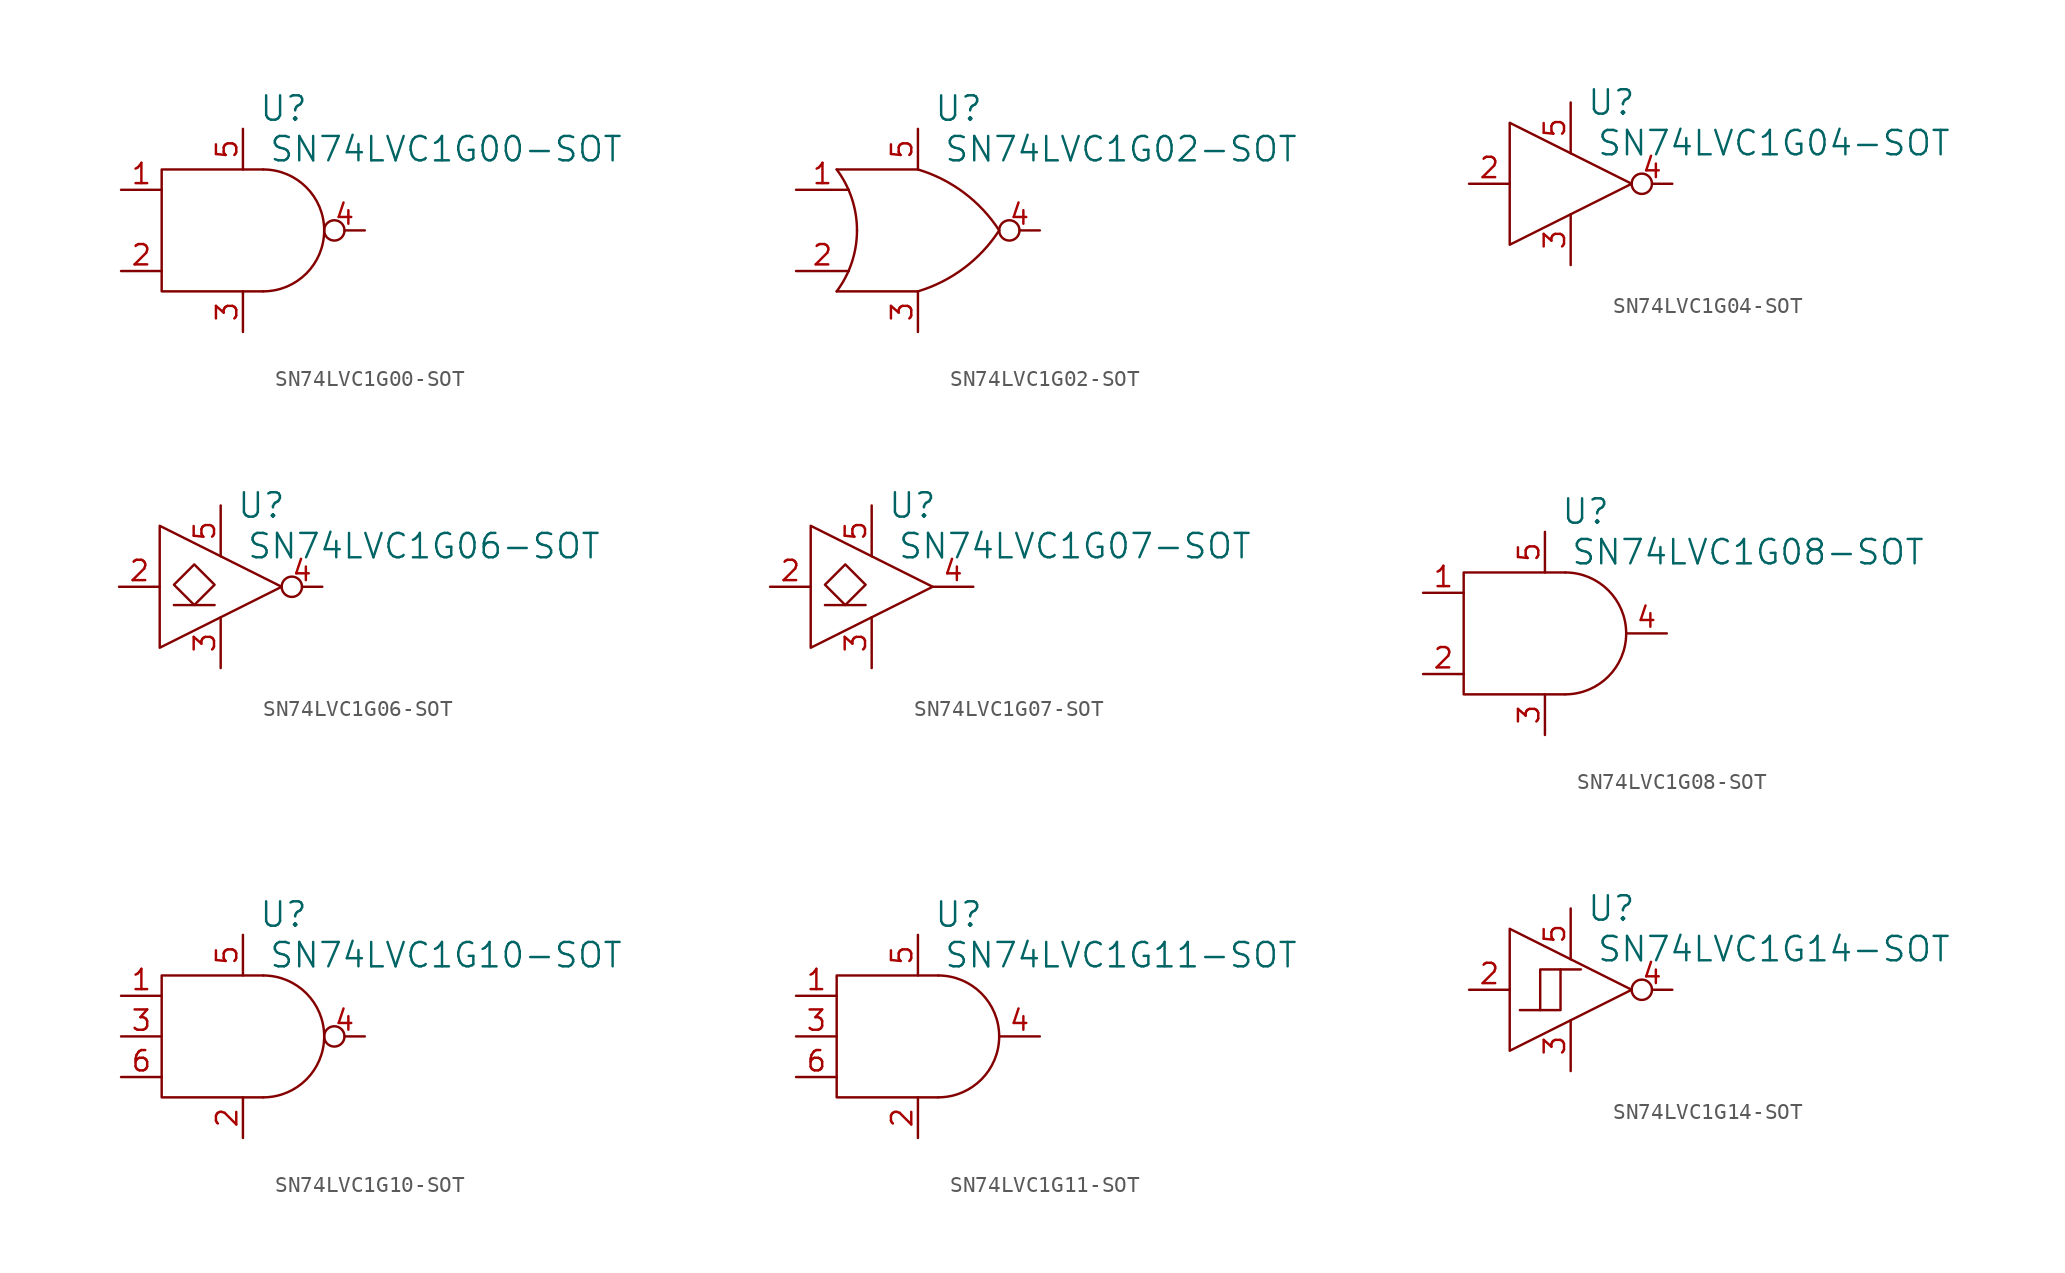
<source format=kicad_sym>
(kicad_symbol_lib
  (version 20220914)
  (generator kicad_symbol_editor)
  (symbol "SN74LVC1G00-SOT"
    (pin_names
      (offset 1.016) hide)
    (property "Reference" "U"
      (at 2.54 7.62 0)
      (effects (font (size 1.524 1.524))))
    (property "Value" "SN74LVC1G00-SOT"
      (at 12.7 5.08 0)
      (effects (font (size 1.524 1.524))))
    (property "Footprint" ""
      (at 0 0 0)
      (effects (font (size 1.524 1.524))))
    (property "Datasheet" ""
      (at 0 0 0)
      (effects (font (size 1.524 1.524))))
    (symbol "SN74LVC1G00-SOT_0_1"
      (polyline (pts (xy 1.27 3.81) (xy -5.08 3.81) (xy -5.08 -3.81) (xy 1.27 -3.81) (xy 1.27 -3.81)) (stroke (width 0) (type solid)) (fill (type none)))
      (arc (start 1.27 -3.81) (mid 5.0634 0) (end 1.27 3.81) (stroke (width 0) (type solid)) (fill (type none))))
    (symbol "SN74LVC1G00-SOT_1_1"
      (pin passive line (at -7.62 2.54 0) (length 2.54) (name "A" (effects (font (size 1.27 1.27)))) (number "1" (effects (font (size 1.27 1.27)))))
      (pin passive line (at -7.62 -2.54 0) (length 2.54) (name "B" (effects (font (size 1.27 1.27)))) (number "2" (effects (font (size 1.27 1.27)))))
      (pin passive line (at 0 -6.35 90) (length 2.54) (name "VSS" (effects (font (size 1.27 1.27)))) (number "3" (effects (font (size 1.27 1.27)))))
      (pin passive inverted (at 7.62 0 180) (length 2.54) (name "Y" (effects (font (size 1.27 1.27)))) (number "4" (effects (font (size 1.27 1.27)))))
      (pin passive line (at 0 6.35 270) (length 2.54) (name "VDD" (effects (font (size 1.27 1.27)))) (number "5" (effects (font (size 1.27 1.27)))))))
  (symbol "SN74LVC1G02-SOT"
    (pin_names
      (offset 1.016) hide)
    (property "Reference" "U"
      (at 2.54 7.62 0)
      (effects (font (size 1.524 1.524))))
    (property "Value" "SN74LVC1G02-SOT"
      (at 12.7 5.08 0)
      (effects (font (size 1.524 1.524))))
    (property "Footprint" ""
      (at 0 0 0)
      (effects (font (size 1.524 1.524))))
    (property "Datasheet" ""
      (at 0 0 0)
      (effects (font (size 1.524 1.524))))
    (symbol "SN74LVC1G02-SOT_0_1"
      (arc (start -5.08 -3.81) (mid -4.1359 -2.008) (end -3.81 0) (stroke (width 0) (type solid)) (fill (type none)))
      (arc (start -3.81 0) (mid -4.1359 2.008) (end -5.08 3.81) (stroke (width 0) (type solid)) (fill (type none)))
      (arc (start 0 -3.81) (mid 2.8791 -2.3571) (end 5.08 0) (stroke (width 0) (type solid)) (fill (type none)))
      (polyline (pts (xy -5.08 -3.81) (xy 0 -3.81) (xy 0 -3.81)) (stroke (width 0) (type solid)) (fill (type none)))
      (polyline (pts (xy 0 3.81) (xy -5.08 3.81) (xy -5.08 3.81)) (stroke (width 0) (type solid)) (fill (type none)))
      (arc (start 5.08 0) (mid 2.8791 2.3571) (end 0 3.81) (stroke (width 0) (type solid)) (fill (type none))))
    (symbol "SN74LVC1G02-SOT_1_1"
      (pin passive line (at -7.62 2.54 0) (length 3.302) (name "A" (effects (font (size 1.27 1.27)))) (number "1" (effects (font (size 1.27 1.27)))))
      (pin passive line (at -7.62 -2.54 0) (length 3.302) (name "B" (effects (font (size 1.27 1.27)))) (number "2" (effects (font (size 1.27 1.27)))))
      (pin passive line (at 0 -6.35 90) (length 2.54) (name "VSS" (effects (font (size 1.27 1.27)))) (number "3" (effects (font (size 1.27 1.27)))))
      (pin passive inverted (at 7.62 0 180) (length 2.54) (name "Y" (effects (font (size 1.27 1.27)))) (number "4" (effects (font (size 1.27 1.27)))))
      (pin passive line (at 0 6.35 270) (length 2.54) (name "VDD" (effects (font (size 1.27 1.27)))) (number "5" (effects (font (size 1.27 1.27)))))))
  (symbol "SN74LVC1G04-SOT"
    (pin_names
      (offset 1.016) hide)
    (property "Reference" "U"
      (at 2.54 5.08 0)
      (effects (font (size 1.524 1.524))))
    (property "Value" "SN74LVC1G04-SOT"
      (at 12.7 2.54 0)
      (effects (font (size 1.524 1.524))))
    (property "Footprint" ""
      (at 0 0 0)
      (effects (font (size 1.524 1.524))))
    (property "Datasheet" ""
      (at 0 0 0)
      (effects (font (size 1.524 1.524))))
    (symbol "SN74LVC1G04-SOT_0_1"
      (polyline (pts (xy -3.81 3.81) (xy -3.81 -3.81) (xy 3.81 0) (xy -3.81 3.81) (xy -3.81 3.81)) (stroke (width 0) (type solid)) (fill (type none))))
    (symbol "SN74LVC1G04-SOT_1_1"
      (pin passive line (at -6.35 0 0) (length 2.54) (name "A" (effects (font (size 1.27 1.27)))) (number "2" (effects (font (size 1.27 1.27)))))
      (pin passive line (at 0 -5.08 90) (length 3.175) (name "VSS" (effects (font (size 1.27 1.27)))) (number "3" (effects (font (size 1.27 1.27)))))
      (pin passive inverted (at 6.35 0 180) (length 2.54) (name "Y" (effects (font (size 1.27 1.27)))) (number "4" (effects (font (size 1.27 1.27)))))
      (pin passive line (at 0 5.08 270) (length 3.175) (name "VDD" (effects (font (size 1.27 1.27)))) (number "5" (effects (font (size 1.27 1.27)))))))
  (symbol "SN74LVC1G06-SOT"
    (pin_names
      (offset 1.016) hide)
    (property "Reference" "U"
      (at 2.54 5.08 0)
      (effects (font (size 1.524 1.524))))
    (property "Value" "SN74LVC1G06-SOT"
      (at 12.7 2.54 0)
      (effects (font (size 1.524 1.524))))
    (property "Footprint" ""
      (at 0 0 0)
      (effects (font (size 1.524 1.524))))
    (property "Datasheet" ""
      (at 0 0 0)
      (effects (font (size 1.524 1.524))))
    (symbol "SN74LVC1G06-SOT_0_1"
      (polyline (pts (xy -2.921 -1.143) (xy -0.381 -1.143)) (stroke (width 0) (type solid)) (fill (type none)))
      (polyline (pts (xy -3.81 3.81) (xy -3.81 -3.81) (xy 3.81 0) (xy -3.81 3.81) (xy -3.81 3.81)) (stroke (width 0) (type solid)) (fill (type none)))
      (polyline (pts (xy -2.921 0.127) (xy -1.651 1.397) (xy -0.381 0.127) (xy -1.651 -1.143) (xy -2.921 0.127)) (stroke (width 0) (type solid)) (fill (type none))))
    (symbol "SN74LVC1G06-SOT_1_1"
      (pin passive line (at -6.35 0 0) (length 2.54) (name "A" (effects (font (size 1.27 1.27)))) (number "2" (effects (font (size 1.27 1.27)))))
      (pin passive line (at 0 -5.08 90) (length 3.175) (name "VSS" (effects (font (size 1.27 1.27)))) (number "3" (effects (font (size 1.27 1.27)))))
      (pin passive inverted (at 6.35 0 180) (length 2.54) (name "Y" (effects (font (size 1.27 1.27)))) (number "4" (effects (font (size 1.27 1.27)))))
      (pin passive line (at 0 5.08 270) (length 3.175) (name "VDD" (effects (font (size 1.27 1.27)))) (number "5" (effects (font (size 1.27 1.27)))))))
  (symbol "SN74LVC1G07-SOT"
    (pin_names
      (offset 1.016) hide)
    (property "Reference" "U"
      (at 2.54 5.08 0)
      (effects (font (size 1.524 1.524))))
    (property "Value" "SN74LVC1G07-SOT"
      (at 12.7 2.54 0)
      (effects (font (size 1.524 1.524))))
    (property "Footprint" ""
      (at 0 0 0)
      (effects (font (size 1.524 1.524))))
    (property "Datasheet" ""
      (at 0 0 0)
      (effects (font (size 1.524 1.524))))
    (symbol "SN74LVC1G07-SOT_0_1"
      (polyline (pts (xy -2.921 -1.143) (xy -0.381 -1.143)) (stroke (width 0) (type solid)) (fill (type none)))
      (polyline (pts (xy -3.81 3.81) (xy -3.81 -3.81) (xy 3.81 0) (xy -3.81 3.81) (xy -3.81 3.81)) (stroke (width 0) (type solid)) (fill (type none)))
      (polyline (pts (xy -2.921 0.127) (xy -1.651 1.397) (xy -0.381 0.127) (xy -1.651 -1.143) (xy -2.921 0.127)) (stroke (width 0) (type solid)) (fill (type none))))
    (symbol "SN74LVC1G07-SOT_1_1"
      (pin passive line (at -6.35 0 0) (length 2.54) (name "A" (effects (font (size 1.27 1.27)))) (number "2" (effects (font (size 1.27 1.27)))))
      (pin passive line (at 0 -5.08 90) (length 3.175) (name "VSS" (effects (font (size 1.27 1.27)))) (number "3" (effects (font (size 1.27 1.27)))))
      (pin passive line (at 6.35 0 180) (length 2.54) (name "Y" (effects (font (size 1.27 1.27)))) (number "4" (effects (font (size 1.27 1.27)))))
      (pin passive line (at 0 5.08 270) (length 3.175) (name "VDD" (effects (font (size 1.27 1.27)))) (number "5" (effects (font (size 1.27 1.27)))))))
  (symbol "SN74LVC1G08-SOT"
    (pin_names
      (offset 1.016) hide)
    (property "Reference" "U"
      (at 2.54 7.62 0)
      (effects (font (size 1.524 1.524))))
    (property "Value" "SN74LVC1G08-SOT"
      (at 12.7 5.08 0)
      (effects (font (size 1.524 1.524))))
    (property "Footprint" ""
      (at 0 0 0)
      (effects (font (size 1.524 1.524))))
    (property "Datasheet" ""
      (at 0 0 0)
      (effects (font (size 1.524 1.524))))
    (symbol "SN74LVC1G08-SOT_0_1"
      (polyline (pts (xy 1.27 3.81) (xy -5.08 3.81) (xy -5.08 -3.81) (xy 1.27 -3.81) (xy 1.27 -3.81)) (stroke (width 0) (type solid)) (fill (type none)))
      (arc (start 1.27 -3.81) (mid 5.0634 0) (end 1.27 3.81) (stroke (width 0) (type solid)) (fill (type none))))
    (symbol "SN74LVC1G08-SOT_1_1"
      (pin passive line (at -7.62 2.54 0) (length 2.54) (name "A" (effects (font (size 1.27 1.27)))) (number "1" (effects (font (size 1.27 1.27)))))
      (pin passive line (at -7.62 -2.54 0) (length 2.54) (name "B" (effects (font (size 1.27 1.27)))) (number "2" (effects (font (size 1.27 1.27)))))
      (pin passive line (at 0 -6.35 90) (length 2.54) (name "VSS" (effects (font (size 1.27 1.27)))) (number "3" (effects (font (size 1.27 1.27)))))
      (pin passive line (at 7.62 0 180) (length 2.54) (name "Y" (effects (font (size 1.27 1.27)))) (number "4" (effects (font (size 1.27 1.27)))))
      (pin passive line (at 0 6.35 270) (length 2.54) (name "VDD" (effects (font (size 1.27 1.27)))) (number "5" (effects (font (size 1.27 1.27)))))))
  (symbol "SN74LVC1G10-SOT"
    (pin_names
      (offset 1.016) hide)
    (property "Reference" "U"
      (at 2.54 7.62 0)
      (effects (font (size 1.524 1.524))))
    (property "Value" "SN74LVC1G10-SOT"
      (at 12.7 5.08 0)
      (effects (font (size 1.524 1.524))))
    (property "Footprint" ""
      (at 0 0 0)
      (effects (font (size 1.524 1.524))))
    (property "Datasheet" ""
      (at 0 0 0)
      (effects (font (size 1.524 1.524))))
    (symbol "SN74LVC1G10-SOT_0_1"
      (polyline (pts (xy 1.27 3.81) (xy -5.08 3.81) (xy -5.08 -3.81) (xy 1.27 -3.81) (xy 1.27 -3.81)) (stroke (width 0) (type solid)) (fill (type none)))
      (arc (start 1.27 -3.81) (mid 5.0634 0) (end 1.27 3.81) (stroke (width 0) (type solid)) (fill (type none))))
    (symbol "SN74LVC1G10-SOT_1_1"
      (pin passive line (at -7.62 2.54 0) (length 2.54) (name "A" (effects (font (size 1.27 1.27)))) (number "1" (effects (font (size 1.27 1.27)))))
      (pin passive line (at 0 -6.35 90) (length 2.54) (name "VSS" (effects (font (size 1.27 1.27)))) (number "2" (effects (font (size 1.27 1.27)))))
      (pin passive line (at -7.62 0 0) (length 2.54) (name "B" (effects (font (size 1.27 1.27)))) (number "3" (effects (font (size 1.27 1.27)))))
      (pin passive inverted (at 7.62 0 180) (length 2.54) (name "Y" (effects (font (size 1.27 1.27)))) (number "4" (effects (font (size 1.27 1.27)))))
      (pin passive line (at 0 6.35 270) (length 2.54) (name "VDD" (effects (font (size 1.27 1.27)))) (number "5" (effects (font (size 1.27 1.27)))))
      (pin passive line (at -7.62 -2.54 0) (length 2.54) (name "C" (effects (font (size 1.27 1.27)))) (number "6" (effects (font (size 1.27 1.27)))))))
  (symbol "SN74LVC1G11-SOT"
    (pin_names
      (offset 1.016) hide)
    (property "Reference" "U"
      (at 2.54 7.62 0)
      (effects (font (size 1.524 1.524))))
    (property "Value" "SN74LVC1G11-SOT"
      (at 12.7 5.08 0)
      (effects (font (size 1.524 1.524))))
    (property "Footprint" ""
      (at 0 0 0)
      (effects (font (size 1.524 1.524))))
    (property "Datasheet" ""
      (at 0 0 0)
      (effects (font (size 1.524 1.524))))
    (symbol "SN74LVC1G11-SOT_0_1"
      (polyline (pts (xy 1.27 3.81) (xy -5.08 3.81) (xy -5.08 -3.81) (xy 1.27 -3.81) (xy 1.27 -3.81)) (stroke (width 0) (type solid)) (fill (type none)))
      (arc (start 1.27 -3.81) (mid 5.0634 0) (end 1.27 3.81) (stroke (width 0) (type solid)) (fill (type none))))
    (symbol "SN74LVC1G11-SOT_1_1"
      (pin passive line (at -7.62 2.54 0) (length 2.54) (name "A" (effects (font (size 1.27 1.27)))) (number "1" (effects (font (size 1.27 1.27)))))
      (pin passive line (at 0 -6.35 90) (length 2.54) (name "VSS" (effects (font (size 1.27 1.27)))) (number "2" (effects (font (size 1.27 1.27)))))
      (pin passive line (at -7.62 0 0) (length 2.54) (name "B" (effects (font (size 1.27 1.27)))) (number "3" (effects (font (size 1.27 1.27)))))
      (pin passive line (at 7.62 0 180) (length 2.54) (name "Y" (effects (font (size 1.27 1.27)))) (number "4" (effects (font (size 1.27 1.27)))))
      (pin passive line (at 0 6.35 270) (length 2.54) (name "VDD" (effects (font (size 1.27 1.27)))) (number "5" (effects (font (size 1.27 1.27)))))
      (pin passive line (at -7.62 -2.54 0) (length 2.54) (name "C" (effects (font (size 1.27 1.27)))) (number "6" (effects (font (size 1.27 1.27)))))))
  (symbol "SN74LVC1G14-SOT"
    (pin_names
      (offset 1.016) hide)
    (property "Reference" "U"
      (at 2.54 5.08 0)
      (effects (font (size 1.524 1.524))))
    (property "Value" "SN74LVC1G14-SOT"
      (at 12.7 2.54 0)
      (effects (font (size 1.524 1.524))))
    (property "Footprint" ""
      (at 0 0 0)
      (effects (font (size 1.524 1.524))))
    (property "Datasheet" ""
      (at 0 0 0)
      (effects (font (size 1.524 1.524))))
    (symbol "SN74LVC1G14-SOT_0_1"
      (polyline (pts (xy -0.635 1.27) (xy -1.905 1.27) (xy -1.905 -1.27) (xy -1.905 -1.27)) (stroke (width 0) (type solid)) (fill (type none)))
      (polyline (pts (xy -3.81 3.81) (xy -3.81 -3.81) (xy 3.81 0) (xy -3.81 3.81) (xy -3.81 3.81)) (stroke (width 0) (type solid)) (fill (type none)))
      (polyline (pts (xy -3.175 -1.27) (xy -0.635 -1.27) (xy -0.635 1.27) (xy 0.635 1.27) (xy 0.635 1.27)) (stroke (width 0) (type solid)) (fill (type none))))
    (symbol "SN74LVC1G14-SOT_1_1"
      (pin passive line (at -6.35 0 0) (length 2.54) (name "A" (effects (font (size 1.27 1.27)))) (number "2" (effects (font (size 1.27 1.27)))))
      (pin passive line (at 0 -5.08 90) (length 3.175) (name "VSS" (effects (font (size 1.27 1.27)))) (number "3" (effects (font (size 1.27 1.27)))))
      (pin passive inverted (at 6.35 0 180) (length 2.54) (name "Y" (effects (font (size 1.27 1.27)))) (number "4" (effects (font (size 1.27 1.27)))))
      (pin passive line (at 0 5.08 270) (length 3.175) (name "VDD" (effects (font (size 1.27 1.27)))) (number "5" (effects (font (size 1.27 1.27))))))))
</source>
